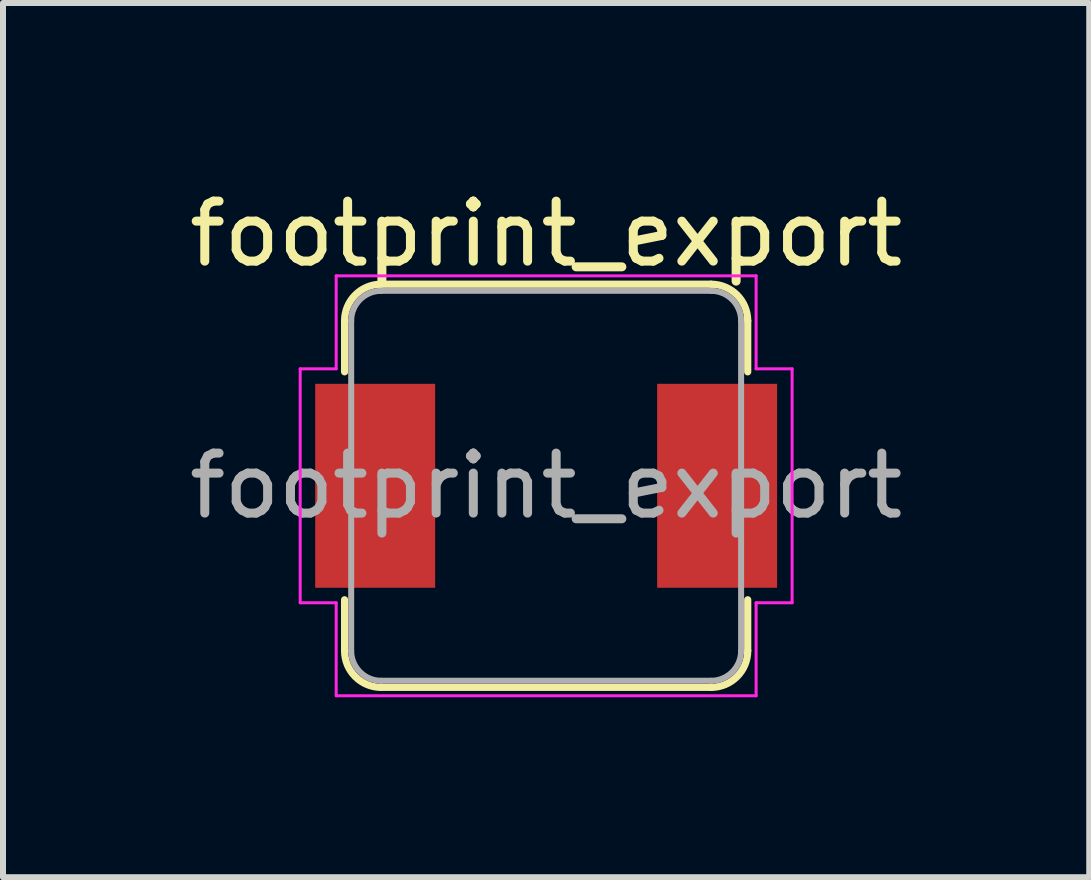
<source format=kicad_pcb>
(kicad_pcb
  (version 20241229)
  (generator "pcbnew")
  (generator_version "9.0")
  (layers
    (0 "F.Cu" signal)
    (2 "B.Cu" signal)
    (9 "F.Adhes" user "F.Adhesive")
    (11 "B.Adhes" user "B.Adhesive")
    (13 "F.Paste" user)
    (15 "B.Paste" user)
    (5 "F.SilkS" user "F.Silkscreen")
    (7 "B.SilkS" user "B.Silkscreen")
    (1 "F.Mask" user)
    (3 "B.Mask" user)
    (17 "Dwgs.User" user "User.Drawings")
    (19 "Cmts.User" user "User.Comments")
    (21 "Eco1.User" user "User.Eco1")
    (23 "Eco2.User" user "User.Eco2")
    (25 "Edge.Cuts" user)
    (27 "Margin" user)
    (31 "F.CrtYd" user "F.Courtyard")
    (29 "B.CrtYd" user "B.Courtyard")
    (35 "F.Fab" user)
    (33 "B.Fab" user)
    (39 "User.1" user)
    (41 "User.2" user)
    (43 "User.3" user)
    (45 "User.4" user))
  (footprint "footprint_export"
    (layer "F.Cu")
    (at 6.054 5.048)
    (property "Reference" "footprint_export" (at 0 -4.2 0) (layer "F.SilkS") (effects (font (size 1 1) (thickness 0.15))))
    (attr smd)
    (fp_line (start -3.36 -1.9) (end -3.36 -2.75) (stroke (width 0.12) (type solid)) (layer "F.SilkS"))
    (fp_line (start -3.36 2.75) (end -3.36 1.9) (stroke (width 0.12) (type solid)) (layer "F.SilkS"))
    (fp_line (start -2.75 -3.36) (end 2.75 -3.36) (stroke (width 0.12) (type solid)) (layer "F.SilkS"))
    (fp_line (start 2.75 3.36) (end -2.75 3.36) (stroke (width 0.12) (type solid)) (layer "F.SilkS"))
    (fp_line (start 3.36 -2.75) (end 3.36 -1.9) (stroke (width 0.12) (type solid)) (layer "F.SilkS"))
    (fp_line (start 3.36 1.9) (end 3.36 2.75) (stroke (width 0.12) (type solid)) (layer "F.SilkS"))
    (fp_arc (start -3.36 -2.75) (mid -3.181335 -3.181335) (end -2.75 -3.36) (stroke (width 0.12) (type solid)) (layer "F.SilkS"))
    (fp_arc (start -2.75 3.36) (mid -3.181335 3.181335) (end -3.36 2.75) (stroke (width 0.12) (type solid)) (layer "F.SilkS"))
    (fp_arc (start 2.75 -3.36) (mid 3.181335 -3.181335) (end 3.36 -2.75) (stroke (width 0.12) (type solid)) (layer "F.SilkS"))
    (fp_arc (start 3.36 2.75) (mid 3.181335 3.181335) (end 2.75 3.36) (stroke (width 0.12) (type solid)) (layer "F.SilkS"))
    (fp_line (start -4.1 -1.95) (end -3.5 -1.95) (stroke (width 0.05) (type solid)) (layer "F.CrtYd"))
    (fp_line (start -4.1 1.95) (end -4.1 -1.95) (stroke (width 0.05) (type solid)) (layer "F.CrtYd"))
    (fp_line (start -3.5 -3.5) (end 3.5 -3.5) (stroke (width 0.05) (type solid)) (layer "F.CrtYd"))
    (fp_line (start -3.5 -1.95) (end -3.5 -3.5) (stroke (width 0.05) (type solid)) (layer "F.CrtYd"))
    (fp_line (start -3.5 1.95) (end -4.1 1.95) (stroke (width 0.05) (type solid)) (layer "F.CrtYd"))
    (fp_line (start -3.5 3.5) (end -3.5 1.95) (stroke (width 0.05) (type solid)) (layer "F.CrtYd"))
    (fp_line (start 3.5 -3.5) (end 3.5 -1.95) (stroke (width 0.05) (type solid)) (layer "F.CrtYd"))
    (fp_line (start 3.5 -1.95) (end 4.1 -1.95) (stroke (width 0.05) (type solid)) (layer "F.CrtYd"))
    (fp_line (start 3.5 1.95) (end 3.5 3.5) (stroke (width 0.05) (type solid)) (layer "F.CrtYd"))
    (fp_line (start 3.5 3.5) (end -3.5 3.5) (stroke (width 0.05) (type solid)) (layer "F.CrtYd"))
    (fp_line (start 4.1 -1.95) (end 4.1 1.95) (stroke (width 0.05) (type solid)) (layer "F.CrtYd"))
    (fp_line (start 4.1 1.95) (end 3.5 1.95) (stroke (width 0.05) (type solid)) (layer "F.CrtYd"))
    (fp_line (start -3.25 2.75) (end -3.25 -2.75) (stroke (width 0.1) (type solid)) (layer "F.Fab"))
    (fp_line (start -2.75 -3.25) (end 2.75 -3.25) (stroke (width 0.1) (type solid)) (layer "F.Fab"))
    (fp_line (start 2.75 3.25) (end -2.75 3.25) (stroke (width 0.1) (type solid)) (layer "F.Fab"))
    (fp_line (start 3.25 -2.75) (end 3.25 2.75) (stroke (width 0.1) (type solid)) (layer "F.Fab"))
    (fp_arc (start -3.25 -2.75) (mid -3.103553 -3.103553) (end -2.75 -3.25) (stroke (width 0.1) (type solid)) (layer "F.Fab"))
    (fp_arc (start -2.75 3.25) (mid -3.103553 3.103553) (end -3.25 2.75) (stroke (width 0.1) (type solid)) (layer "F.Fab"))
    (fp_arc (start 2.75 -3.25) (mid 3.103553 -3.103553) (end 3.25 -2.75) (stroke (width 0.1) (type solid)) (layer "F.Fab"))
    (fp_arc (start 3.25 2.75) (mid 3.103553 3.103553) (end 2.75 3.25) (stroke (width 0.1) (type solid)) (layer "F.Fab"))
    (fp_text user "${REFERENCE}" (at 0 0 0) (layer "F.Fab") (effects (font (size 1 1) (thickness 0.15))))
    (pad "1" smd rect (at -2.85 0) (size 2 3.4) (layers "F.Cu" "F.Mask" "F.Paste"))
    (pad "2" smd rect (at 2.85 0) (size 2 3.4) (layers "F.Cu" "F.Mask" "F.Paste")))
  (gr_rect
    (start -3 -3)
    (end 15.107 11.573)
    (stroke (width 0.1) (type default))
    (fill no)
    (layer "Edge.Cuts")))
</source>
